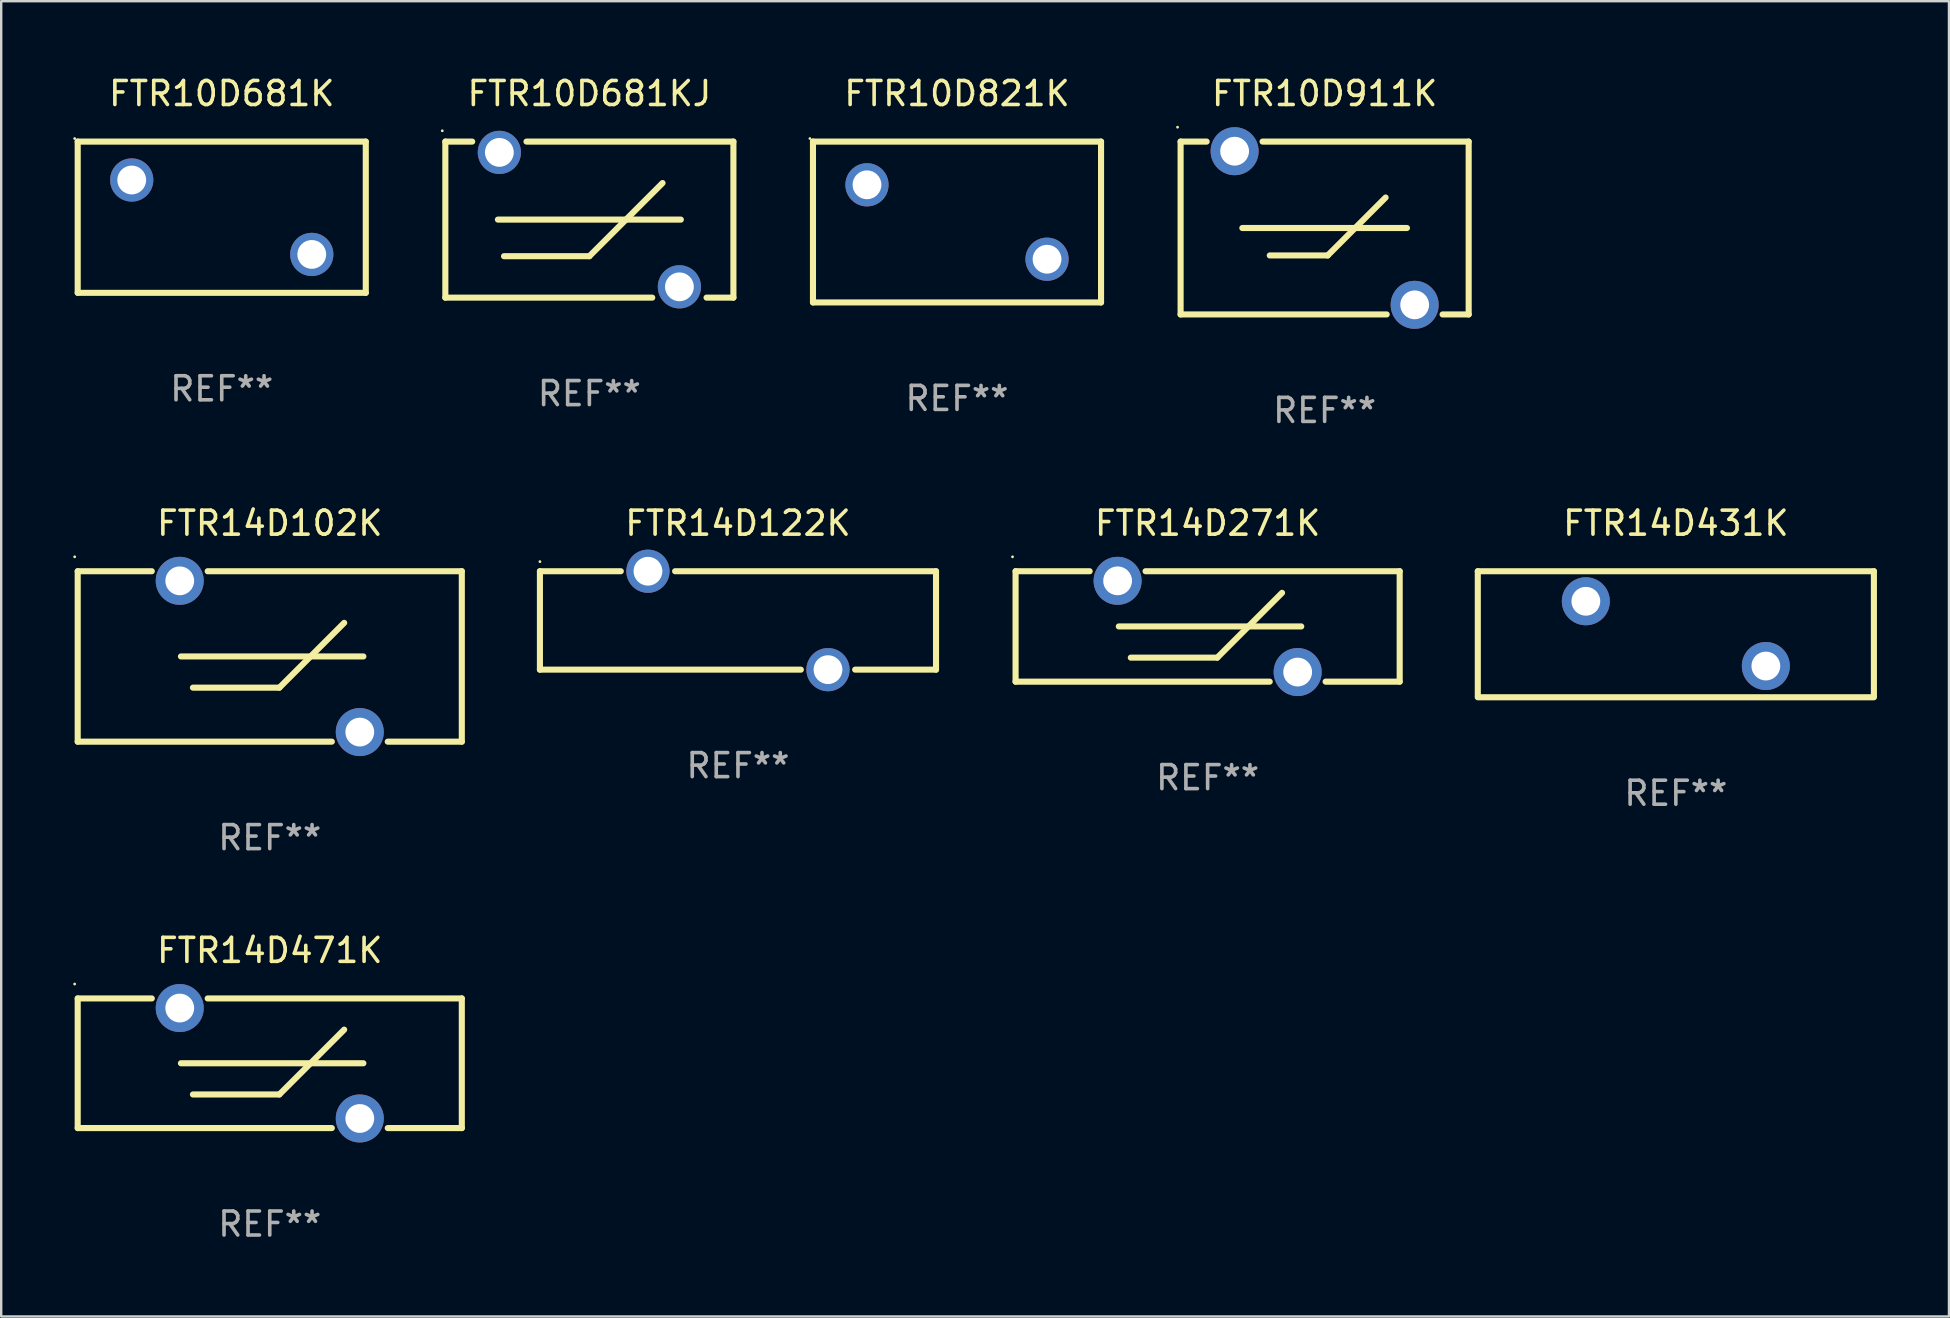
<source format=kicad_pcb>
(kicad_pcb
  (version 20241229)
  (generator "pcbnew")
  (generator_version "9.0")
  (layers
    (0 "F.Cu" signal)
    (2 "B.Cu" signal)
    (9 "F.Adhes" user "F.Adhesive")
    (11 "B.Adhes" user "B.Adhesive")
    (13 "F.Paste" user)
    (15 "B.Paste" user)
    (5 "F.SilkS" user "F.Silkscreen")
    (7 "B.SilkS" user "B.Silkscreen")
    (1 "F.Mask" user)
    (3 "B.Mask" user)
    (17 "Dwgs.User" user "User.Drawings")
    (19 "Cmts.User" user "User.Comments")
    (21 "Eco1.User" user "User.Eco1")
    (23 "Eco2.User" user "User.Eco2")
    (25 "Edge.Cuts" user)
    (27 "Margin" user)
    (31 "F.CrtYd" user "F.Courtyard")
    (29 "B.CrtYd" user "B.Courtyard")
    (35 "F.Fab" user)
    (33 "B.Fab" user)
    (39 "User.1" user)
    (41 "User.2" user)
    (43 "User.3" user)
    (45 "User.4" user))
  (footprint "FTR14D471K"
    (layer "F.Cu")
    (at 8.187 41.241)
    (property "Reference" "FTR14D471K" (at 0 -4.7 0) (layer "F.SilkS") (effects (font (size 1 1) (thickness 0.15))))
    (attr through_hole)
    (fp_line (start -8 -2.7) (end -8 2.7) (stroke (width 0.254) (type solid)) (layer "F.SilkS"))
    (fp_line (start -8 -2.7) (end -4.914 -2.7) (stroke (width 0.254) (type solid)) (layer "F.SilkS"))
    (fp_line (start -8 2.7) (end 2.586 2.7) (stroke (width 0.254) (type solid)) (layer "F.SilkS"))
    (fp_line (start -3.7 0) (end 3.9 0) (stroke (width 0.254) (type solid)) (layer "F.SilkS"))
    (fp_line (start -3.2 1.3) (end 0.4 1.3) (stroke (width 0.254) (type solid)) (layer "F.SilkS"))
    (fp_line (start -2.586 -2.7) (end 8 -2.7) (stroke (width 0.254) (type solid)) (layer "F.SilkS"))
    (fp_line (start 0.4 1.3) (end 3.1 -1.4) (stroke (width 0.254) (type solid)) (layer "F.SilkS"))
    (fp_line (start 4.914 2.7) (end 8 2.7) (stroke (width 0.254) (type solid)) (layer "F.SilkS"))
    (fp_line (start 8 -2.7) (end 8 2.7) (stroke (width 0.254) (type solid)) (layer "F.SilkS"))
    (fp_circle (center -8.127 -3.3) (end -8.097 -3.3) (stroke (width 0.06) (type solid)) (fill no) (layer "F.SilkS"))
    (fp_text user "REF**" (at 0 6.7 0) (layer "F.Fab") (effects (font (size 1 1) (thickness 0.15))))
    (pad "1" thru_hole circle (at -3.75 -2.3) (size 2 2) (drill 1.2) (layers "*.Cu" "*.Mask"))
    (pad "2" thru_hole circle (at 3.75 2.3) (size 2 2) (drill 1.2) (layers "*.Cu" "*.Mask")))
  (footprint "FTR10D911K"
    (layer "F.Cu")
    (at 52.129 6.448)
    (property "Reference" "FTR10D911K" (at 0 -5.6 0) (layer "F.SilkS") (effects (font (size 1 1) (thickness 0.15))))
    (attr through_hole)
    (fp_line (start -6 -3.6) (end -6 3.6) (stroke (width 0.254) (type solid)) (layer "F.SilkS"))
    (fp_line (start -6 -3.6) (end -4.914 -3.6) (stroke (width 0.254) (type solid)) (layer "F.SilkS"))
    (fp_line (start -6 3.6) (end 2.586 3.6) (stroke (width 0.254) (type solid)) (layer "F.SilkS"))
    (fp_line (start -3.429 0) (end 3.429 0) (stroke (width 0.254) (type solid)) (layer "F.SilkS"))
    (fp_line (start -2.586 -3.6) (end 6 -3.6) (stroke (width 0.254) (type solid)) (layer "F.SilkS"))
    (fp_line (start -2.286 1.143) (end 0.127 1.143) (stroke (width 0.254) (type solid)) (layer "F.SilkS"))
    (fp_line (start 0.127 1.143) (end 2.54 -1.27) (stroke (width 0.254) (type solid)) (layer "F.SilkS"))
    (fp_line (start 4.914 3.6) (end 6 3.6) (stroke (width 0.254) (type solid)) (layer "F.SilkS"))
    (fp_line (start 6 -3.6) (end 6 3.6) (stroke (width 0.254) (type solid)) (layer "F.SilkS"))
    (fp_circle (center -6.127 -4.2) (end -6.097 -4.2) (stroke (width 0.06) (type solid)) (fill no) (layer "F.SilkS"))
    (fp_text user "REF**" (at 0 7.6 0) (layer "F.Fab") (effects (font (size 1 1) (thickness 0.15))))
    (pad "1" thru_hole circle (at -3.75 -3.2) (size 2 2) (drill 1.2) (layers "*.Cu" "*.Mask"))
    (pad "2" thru_hole circle (at 3.75 3.2) (size 2 2) (drill 1.2) (layers "*.Cu" "*.Mask")))
  (footprint "FTR14D271K"
    (layer "F.Cu")
    (at 47.255 23.045)
    (property "Reference" "FTR14D271K" (at 0 -4.3 0) (layer "F.SilkS") (effects (font (size 1 1) (thickness 0.15))))
    (attr through_hole)
    (fp_line (start -8 -2.3) (end -8 2.3) (stroke (width 0.254) (type solid)) (layer "F.SilkS"))
    (fp_line (start -8 -2.3) (end -4.914 -2.3) (stroke (width 0.254) (type solid)) (layer "F.SilkS"))
    (fp_line (start -8 2.3) (end 2.586 2.3) (stroke (width 0.254) (type solid)) (layer "F.SilkS"))
    (fp_line (start -3.7 0) (end 3.9 0) (stroke (width 0.254) (type solid)) (layer "F.SilkS"))
    (fp_line (start -3.2 1.3) (end 0.4 1.3) (stroke (width 0.254) (type solid)) (layer "F.SilkS"))
    (fp_line (start -2.586 -2.3) (end 8 -2.3) (stroke (width 0.254) (type solid)) (layer "F.SilkS"))
    (fp_line (start 0.4 1.3) (end 3.1 -1.4) (stroke (width 0.254) (type solid)) (layer "F.SilkS"))
    (fp_line (start 4.914 2.3) (end 8 2.3) (stroke (width 0.254) (type solid)) (layer "F.SilkS"))
    (fp_line (start 8 -2.3) (end 8 2.3) (stroke (width 0.254) (type solid)) (layer "F.SilkS"))
    (fp_circle (center -8.127 -2.9) (end -8.097 -2.9) (stroke (width 0.06) (type solid)) (fill no) (layer "F.SilkS"))
    (fp_text user "REF**" (at 0 6.3 0) (layer "F.Fab") (effects (font (size 1 1) (thickness 0.15))))
    (pad "1" thru_hole circle (at -3.75 -1.9) (size 2 2) (drill 1.2) (layers "*.Cu" "*.Mask"))
    (pad "2" thru_hole circle (at 3.75 1.9) (size 2 2) (drill 1.2) (layers "*.Cu" "*.Mask")))
  (footprint "FTR14D102K"
    (layer "F.Cu")
    (at 8.187 24.295)
    (property "Reference" "FTR14D102K" (at 0 -5.55 0) (layer "F.SilkS") (effects (font (size 1 1) (thickness 0.15))))
    (attr through_hole)
    (fp_line (start -8 -3.55) (end -8 3.55) (stroke (width 0.254) (type solid)) (layer "F.SilkS"))
    (fp_line (start -8 -3.55) (end -4.914 -3.55) (stroke (width 0.254) (type solid)) (layer "F.SilkS"))
    (fp_line (start -8 3.55) (end 2.586 3.55) (stroke (width 0.254) (type solid)) (layer "F.SilkS"))
    (fp_line (start -3.7 0.000013) (end 3.9 0.000013) (stroke (width 0.254) (type solid)) (layer "F.SilkS"))
    (fp_line (start -3.2 1.3) (end 0.4 1.3) (stroke (width 0.254) (type solid)) (layer "F.SilkS"))
    (fp_line (start -2.586 -3.55) (end 8 -3.55) (stroke (width 0.254) (type solid)) (layer "F.SilkS"))
    (fp_line (start 0.4 1.3) (end 3.1 -1.4) (stroke (width 0.254) (type solid)) (layer "F.SilkS"))
    (fp_line (start 4.914 3.55) (end 8 3.55) (stroke (width 0.254) (type solid)) (layer "F.SilkS"))
    (fp_line (start 8 -3.55) (end 8 3.55) (stroke (width 0.254) (type solid)) (layer "F.SilkS"))
    (fp_circle (center -8.127 -4.15) (end -8.097 -4.15) (stroke (width 0.06) (type solid)) (fill no) (layer "F.SilkS"))
    (fp_text user "REF**" (at 0 7.55 0) (layer "F.Fab") (effects (font (size 1 1) (thickness 0.15))))
    (pad "1" thru_hole circle (at -3.75 -3.15) (size 2 2) (drill 1.2) (layers "*.Cu" "*.Mask"))
    (pad "2" thru_hole circle (at 3.75 3.15) (size 2 2) (drill 1.2) (layers "*.Cu" "*.Mask")))
  (footprint "FTR10D821K"
    (layer "F.Cu")
    (at 36.815 6.198)
    (property "Reference" "FTR10D821K" (at 0 -5.35 0) (layer "F.SilkS") (effects (font (size 1 1) (thickness 0.15))))
    (attr through_hole)
    (fp_line (start -6 -3.35) (end 6 -3.35) (stroke (width 0.254) (type solid)) (layer "F.SilkS"))
    (fp_line (start -6 3.35) (end -6 -3.35) (stroke (width 0.254) (type solid)) (layer "F.SilkS"))
    (fp_line (start 6 -3.35) (end 6 3.35) (stroke (width 0.254) (type solid)) (layer "F.SilkS"))
    (fp_line (start 6 3.35) (end -6 3.35) (stroke (width 0.254) (type solid)) (layer "F.SilkS"))
    (fp_circle (center -6.127 -3.477) (end -6.097 -3.477) (stroke (width 0.06) (type solid)) (fill no) (layer "F.SilkS"))
    (fp_text user "REF**" (at 0 7.35 0) (layer "F.Fab") (effects (font (size 1 1) (thickness 0.15))))
    (pad "1" thru_hole circle (at -3.75 -1.55) (size 1.8 1.8) (drill 1.2) (layers "*.Cu" "*.Mask"))
    (pad "2" thru_hole circle (at 3.75 1.55) (size 1.8 1.8) (drill 1.2) (layers "*.Cu" "*.Mask")))
  (footprint "FTR10D681K"
    (layer "F.Cu")
    (at 6.187 5.998)
    (property "Reference" "FTR10D681K" (at 0 -5.15 0) (layer "F.SilkS") (effects (font (size 1 1) (thickness 0.15))))
    (attr through_hole)
    (fp_line (start -6 -3.15) (end 6 -3.15) (stroke (width 0.254) (type solid)) (layer "F.SilkS"))
    (fp_line (start -6 3.15) (end -6 -3.15) (stroke (width 0.254) (type solid)) (layer "F.SilkS"))
    (fp_line (start 6 -3.15) (end 6 3.15) (stroke (width 0.254) (type solid)) (layer "F.SilkS"))
    (fp_line (start 6 3.15) (end -6 3.15) (stroke (width 0.254) (type solid)) (layer "F.SilkS"))
    (fp_circle (center -6.127 -3.277) (end -6.097 -3.277) (stroke (width 0.06) (type solid)) (fill no) (layer "F.SilkS"))
    (fp_text user "REF**" (at 0 7.15 0) (layer "F.Fab") (effects (font (size 1 1) (thickness 0.15))))
    (pad "1" thru_hole circle (at -3.75 -1.55) (size 1.8 1.8) (drill 1.2) (layers "*.Cu" "*.Mask"))
    (pad "2" thru_hole circle (at 3.75 1.55) (size 1.8 1.8) (drill 1.2) (layers "*.Cu" "*.Mask")))
  (footprint "FTR14D431K"
    (layer "F.Cu")
    (at 66.759 23.37)
    (property "Reference" "FTR14D431K" (at 0 -4.625 0) (layer "F.SilkS") (effects (font (size 1 1) (thickness 0.15))))
    (attr through_hole)
    (fp_line (start -8.25 -2.625) (end 8.25 -2.625) (stroke (width 0.254) (type solid)) (layer "F.SilkS"))
    (fp_line (start -8.25 2.577) (end -8.25 -2.625) (stroke (width 0.254) (type solid)) (layer "F.SilkS"))
    (fp_line (start 8.25 -2.625) (end 8.25 2.575) (stroke (width 0.254) (type solid)) (layer "F.SilkS"))
    (fp_line (start 8.25 2.625) (end -8.25 2.625) (stroke (width 0.254) (type solid)) (layer "F.SilkS"))
    (fp_circle (center -8.25 -2.625) (end -8.22 -2.625) (stroke (width 0.06) (type solid)) (fill no) (layer "F.SilkS"))
    (fp_text user "REF**" (at 0 6.625 0) (layer "F.Fab") (effects (font (size 1 1) (thickness 0.15))))
    (pad "1" thru_hole circle (at -3.749 -1.374) (size 2 2) (drill 1.2) (layers "*.Cu" "*.Mask"))
    (pad "2" thru_hole circle (at 3.749 1.324) (size 2 2) (drill 1.2) (layers "*.Cu" "*.Mask")))
  (footprint "FTR14D122K"
    (layer "F.Cu")
    (at 27.691 22.795)
    (property "Reference" "FTR14D122K" (at 0 -4.05 0) (layer "F.SilkS") (effects (font (size 1 1) (thickness 0.15))))
    (attr through_hole)
    (fp_line (start -8.25 -2.05) (end -4.881 -2.05) (stroke (width 0.254) (type solid)) (layer "F.SilkS"))
    (fp_line (start -8.25 2.05) (end -8.25 -2.05) (stroke (width 0.254) (type solid)) (layer "F.SilkS"))
    (fp_line (start -8.25 2.05) (end 2.619 2.05) (stroke (width 0.254) (type solid)) (layer "F.SilkS"))
    (fp_line (start 4.881 2.05) (end 8.25 2.05) (stroke (width 0.254) (type solid)) (layer "F.SilkS"))
    (fp_line (start 8.25 -2.05) (end -2.619 -2.05) (stroke (width 0.254) (type solid)) (layer "F.SilkS"))
    (fp_line (start 8.25 -2.05) (end 8.25 2.05) (stroke (width 0.254) (type solid)) (layer "F.SilkS"))
    (fp_circle (center -8.25 -2.45) (end -8.22 -2.45) (stroke (width 0.06) (type solid)) (fill no) (layer "F.SilkS"))
    (fp_text user "REF**" (at 0 6.05 0) (layer "F.Fab") (effects (font (size 1 1) (thickness 0.15))))
    (pad "1" thru_hole circle (at -3.75 -2.05) (size 1.8 1.8) (drill 1.2) (layers "*.Cu" "*.Mask"))
    (pad "2" thru_hole circle (at 3.75 2.05) (size 1.8 1.8) (drill 1.2) (layers "*.Cu" "*.Mask")))
  (footprint "FTR10D681KJ"
    (layer "F.Cu")
    (at 21.501 6.098)
    (property "Reference" "FTR10D681KJ" (at 0 -5.25 0) (layer "F.SilkS") (effects (font (size 1 1) (thickness 0.15))))
    (attr through_hole)
    (fp_line (start -6 -3.25) (end -4.881 -3.25) (stroke (width 0.254) (type solid)) (layer "F.SilkS"))
    (fp_line (start -6 3.25) (end -6 -3.25) (stroke (width 0.254) (type solid)) (layer "F.SilkS"))
    (fp_line (start -6 3.25) (end 2.619 3.25) (stroke (width 0.254) (type solid)) (layer "F.SilkS"))
    (fp_line (start -3.81 0) (end 3.81 0) (stroke (width 0.254) (type solid)) (layer "F.SilkS"))
    (fp_line (start -3.556 1.524) (end 0 1.524) (stroke (width 0.254) (type solid)) (layer "F.SilkS"))
    (fp_line (start -2.619 -3.25) (end 6 -3.25) (stroke (width 0.254) (type solid)) (layer "F.SilkS"))
    (fp_line (start 0 1.524) (end 3.048 -1.524) (stroke (width 0.254) (type solid)) (layer "F.SilkS"))
    (fp_line (start 4.881 3.25) (end 6 3.25) (stroke (width 0.254) (type solid)) (layer "F.SilkS"))
    (fp_line (start 6 -3.25) (end 6 3.25) (stroke (width 0.254) (type solid)) (layer "F.SilkS"))
    (fp_circle (center -6.127 -3.7) (end -6.097 -3.7) (stroke (width 0.06) (type solid)) (fill no) (layer "F.SilkS"))
    (fp_text user "REF**" (at 0 7.25 0) (layer "F.Fab") (effects (font (size 1 1) (thickness 0.15))))
    (pad "1" thru_hole circle (at -3.75 -2.8) (size 1.8 1.8) (drill 1.2) (layers "*.Cu" "*.Mask"))
    (pad "2" thru_hole circle (at 3.75 2.8) (size 1.8 1.8) (drill 1.2) (layers "*.Cu" "*.Mask")))
  (gr_rect
    (start -3 -3)
    (end 78.136 51.789)
    (stroke (width 0.1) (type default))
    (fill no)
    (layer "Edge.Cuts")))
</source>
